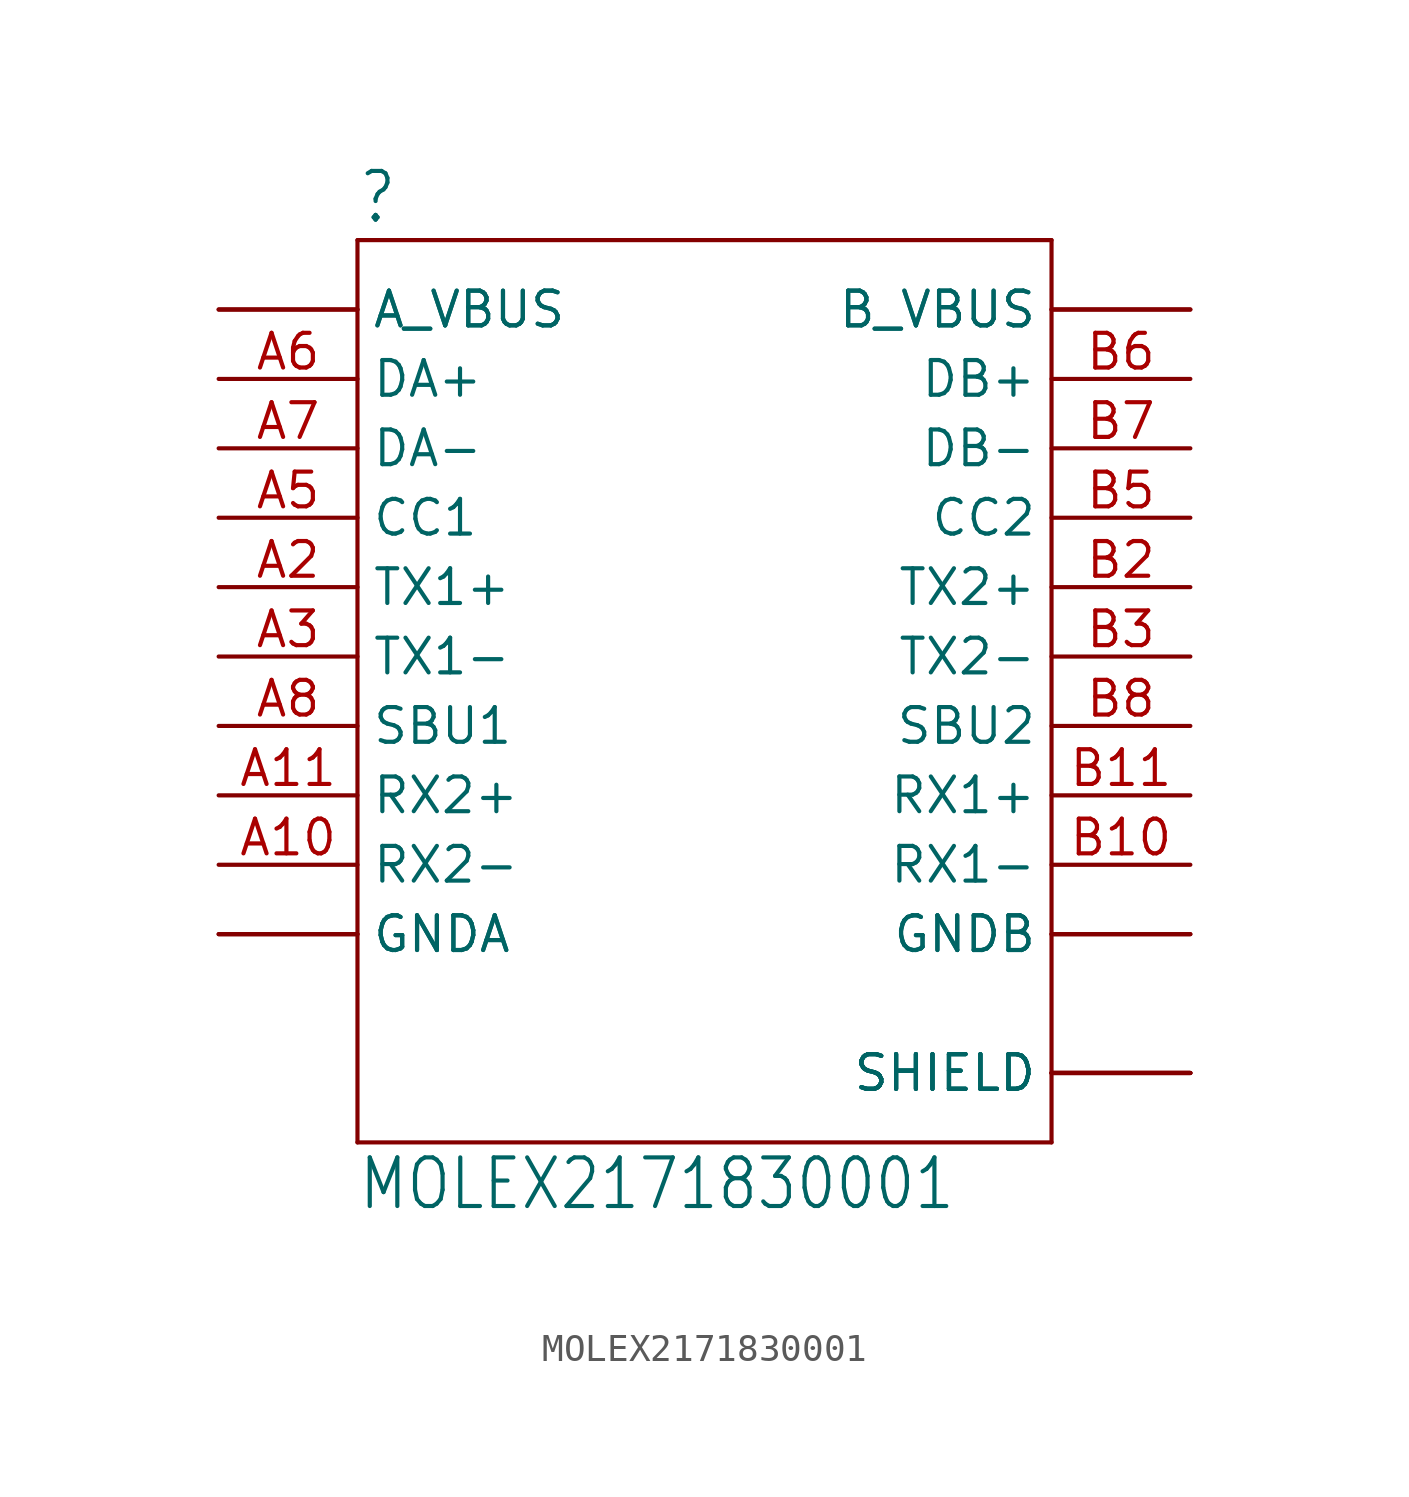
<source format=kicad_sym>
(kicad_symbol_lib
  (version 20211014)
  (generator kicad_symbol_editor)
  (symbol "MOLEX2171830001"
    (property "Reference" ""
      (at -12.713 15.766 0)
      (effects (font (size 1.78 1.513)) (justify left bottom)))
    (property "Value" "MOLEX2171830001"
      (at -12.71 -20.334 0)
      (effects (font (size 1.779 1.512)) (justify left bottom)))
    (property "ki_locked" ""
      (at 0 0 0)
      (effects (font (size 1.27 1.27))))
    (symbol "MOLEX2171830001_1_0"
      (polyline (pts (xy -12.7 -17.78) (xy 12.7 -17.78)) (stroke (width 0.152) (type default) (color 0 0 0 0)) (fill (type none)))
      (polyline (pts (xy -12.7 15.24) (xy -12.7 -17.78)) (stroke (width 0.152) (type default) (color 0 0 0 0)) (fill (type none)))
      (polyline (pts (xy 12.7 -17.78) (xy 12.7 15.24)) (stroke (width 0.152) (type default) (color 0 0 0 0)) (fill (type none)))
      (polyline (pts (xy 12.7 15.24) (xy -12.7 15.24)) (stroke (width 0.152) (type default) (color 0 0 0 0)) (fill (type none)))
      (pin passive line (at -17.78 -10.16 0) (length 5.08) (name "GNDA" (effects (font (size 1.27 1.27)))) (number "A1" (effects (font (size 0 0)))))
      (pin passive line (at -17.78 -7.62 0) (length 5.08) (name "RX2-" (effects (font (size 1.27 1.27)))) (number "A10" (effects (font (size 1.27 1.27)))))
      (pin passive line (at -17.78 -5.08 0) (length 5.08) (name "RX2+" (effects (font (size 1.27 1.27)))) (number "A11" (effects (font (size 1.27 1.27)))))
      (pin passive line (at -17.78 -10.16 0) (length 5.08) (name "GNDA" (effects (font (size 1.27 1.27)))) (number "A12" (effects (font (size 0 0)))))
      (pin passive line (at -17.78 2.54 0) (length 5.08) (name "TX1+" (effects (font (size 1.27 1.27)))) (number "A2" (effects (font (size 1.27 1.27)))))
      (pin passive line (at -17.78 0 0) (length 5.08) (name "TX1-" (effects (font (size 1.27 1.27)))) (number "A3" (effects (font (size 1.27 1.27)))))
      (pin passive line (at -17.78 12.7 0) (length 5.08) (name "A_VBUS" (effects (font (size 1.27 1.27)))) (number "A4" (effects (font (size 0 0)))))
      (pin passive line (at -17.78 5.08 0) (length 5.08) (name "CC1" (effects (font (size 1.27 1.27)))) (number "A5" (effects (font (size 1.27 1.27)))))
      (pin passive line (at -17.78 10.16 0) (length 5.08) (name "DA+" (effects (font (size 1.27 1.27)))) (number "A6" (effects (font (size 1.27 1.27)))))
      (pin passive line (at -17.78 7.62 0) (length 5.08) (name "DA-" (effects (font (size 1.27 1.27)))) (number "A7" (effects (font (size 1.27 1.27)))))
      (pin passive line (at -17.78 -2.54 0) (length 5.08) (name "SBU1" (effects (font (size 1.27 1.27)))) (number "A8" (effects (font (size 1.27 1.27)))))
      (pin passive line (at -17.78 12.7 0) (length 5.08) (name "A_VBUS" (effects (font (size 1.27 1.27)))) (number "A9" (effects (font (size 0 0)))))
      (pin passive line (at 17.78 -10.16 180) (length 5.08) (name "GNDB" (effects (font (size 1.27 1.27)))) (number "B1" (effects (font (size 0 0)))))
      (pin passive line (at 17.78 -7.62 180) (length 5.08) (name "RX1-" (effects (font (size 1.27 1.27)))) (number "B10" (effects (font (size 1.27 1.27)))))
      (pin passive line (at 17.78 -5.08 180) (length 5.08) (name "RX1+" (effects (font (size 1.27 1.27)))) (number "B11" (effects (font (size 1.27 1.27)))))
      (pin passive line (at 17.78 -10.16 180) (length 5.08) (name "GNDB" (effects (font (size 1.27 1.27)))) (number "B12" (effects (font (size 0 0)))))
      (pin passive line (at 17.78 2.54 180) (length 5.08) (name "TX2+" (effects (font (size 1.27 1.27)))) (number "B2" (effects (font (size 1.27 1.27)))))
      (pin passive line (at 17.78 0 180) (length 5.08) (name "TX2-" (effects (font (size 1.27 1.27)))) (number "B3" (effects (font (size 1.27 1.27)))))
      (pin passive line (at 17.78 12.7 180) (length 5.08) (name "B_VBUS" (effects (font (size 1.27 1.27)))) (number "B4" (effects (font (size 0 0)))))
      (pin passive line (at 17.78 5.08 180) (length 5.08) (name "CC2" (effects (font (size 1.27 1.27)))) (number "B5" (effects (font (size 1.27 1.27)))))
      (pin passive line (at 17.78 10.16 180) (length 5.08) (name "DB+" (effects (font (size 1.27 1.27)))) (number "B6" (effects (font (size 1.27 1.27)))))
      (pin passive line (at 17.78 7.62 180) (length 5.08) (name "DB-" (effects (font (size 1.27 1.27)))) (number "B7" (effects (font (size 1.27 1.27)))))
      (pin passive line (at 17.78 -2.54 180) (length 5.08) (name "SBU2" (effects (font (size 1.27 1.27)))) (number "B8" (effects (font (size 1.27 1.27)))))
      (pin passive line (at 17.78 12.7 180) (length 5.08) (name "B_VBUS" (effects (font (size 1.27 1.27)))) (number "B9" (effects (font (size 0 0)))))
      (pin passive line (at 17.78 -15.24 180) (length 5.08) (name "SHIELD" (effects (font (size 1.27 1.27)))) (number "SHIELD1" (effects (font (size 0 0)))))
      (pin passive line (at 17.78 -15.24 180) (length 5.08) (name "SHIELD" (effects (font (size 1.27 1.27)))) (number "SHIELD2" (effects (font (size 0 0)))))
      (pin passive line (at 17.78 -15.24 180) (length 5.08) (name "SHIELD" (effects (font (size 1.27 1.27)))) (number "SHIELD3" (effects (font (size 0 0)))))
      (pin passive line (at 17.78 -15.24 180) (length 5.08) (name "SHIELD" (effects (font (size 1.27 1.27)))) (number "SHIELD4" (effects (font (size 0 0))))))))
</source>
